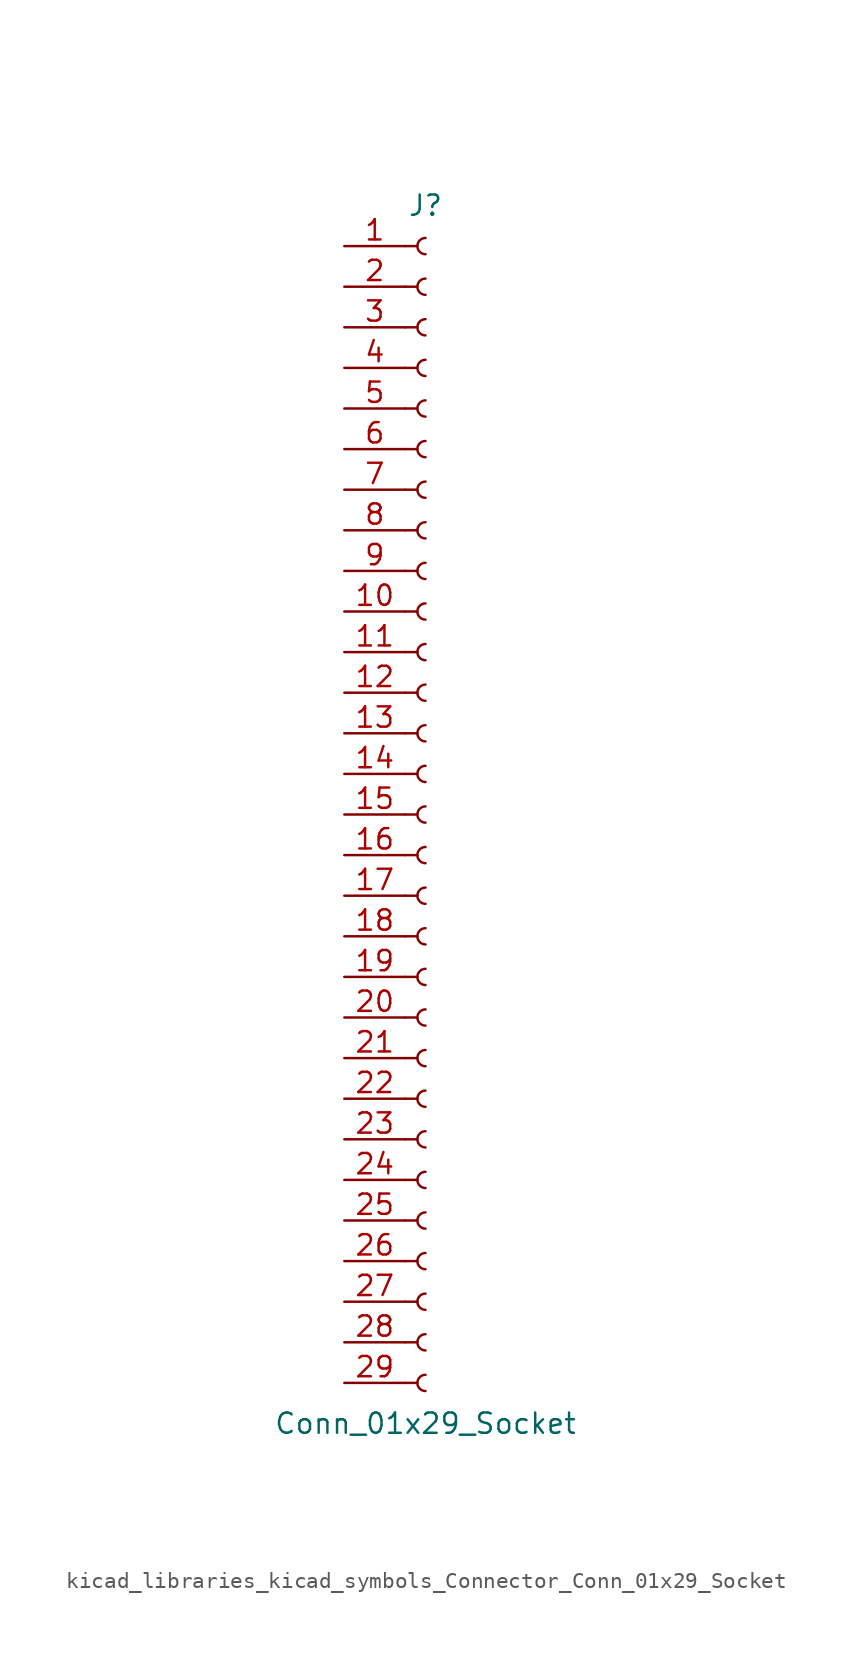
<source format=kicad_sym>
(kicad_symbol_lib
  (version 20220914)
  (generator kicad_symbol_editor)
  (symbol "kicad_libraries_kicad_symbols_Connector_Conn_01x29_Socket"
    (pin_names
      (offset 1.016) hide)
    (property "Reference" "J"
      (at 0 38.1 0)
      (effects (font (size 1.27 1.27))))
    (property "Value" "Conn_01x29_Socket"
      (at 0 -38.1 0)
      (effects (font (size 1.27 1.27))))
    (property "ki_locked" ""
      (at 0 0 0)
      (effects (font (size 1.27 1.27))))
    (symbol "kicad_libraries_kicad_symbols_Connector_Conn_01x29_Socket_1_1"
      (arc (start 0 -35.052) (mid -0.5058 -35.56) (end 0 -36.068) (stroke (width 0.1524) (type default)) (fill (type none)))
      (arc (start 0 -32.512) (mid -0.5058 -33.02) (end 0 -33.528) (stroke (width 0.1524) (type default)) (fill (type none)))
      (arc (start 0 -29.972) (mid -0.5058 -30.48) (end 0 -30.988) (stroke (width 0.1524) (type default)) (fill (type none)))
      (arc (start 0 -27.432) (mid -0.5058 -27.94) (end 0 -28.448) (stroke (width 0.1524) (type default)) (fill (type none)))
      (arc (start 0 -24.892) (mid -0.5058 -25.4) (end 0 -25.908) (stroke (width 0.1524) (type default)) (fill (type none)))
      (arc (start 0 -22.352) (mid -0.5058 -22.86) (end 0 -23.368) (stroke (width 0.1524) (type default)) (fill (type none)))
      (arc (start 0 -19.812) (mid -0.5058 -20.32) (end 0 -20.828) (stroke (width 0.1524) (type default)) (fill (type none)))
      (arc (start 0 -17.272) (mid -0.5058 -17.78) (end 0 -18.288) (stroke (width 0.1524) (type default)) (fill (type none)))
      (arc (start 0 -14.732) (mid -0.5058 -15.24) (end 0 -15.748) (stroke (width 0.1524) (type default)) (fill (type none)))
      (arc (start 0 -12.192) (mid -0.5058 -12.7) (end 0 -13.208) (stroke (width 0.1524) (type default)) (fill (type none)))
      (arc (start 0 -9.652) (mid -0.5058 -10.16) (end 0 -10.668) (stroke (width 0.1524) (type default)) (fill (type none)))
      (arc (start 0 -7.112) (mid -0.5058 -7.62) (end 0 -8.128) (stroke (width 0.1524) (type default)) (fill (type none)))
      (arc (start 0 -4.572) (mid -0.5058 -5.08) (end 0 -5.588) (stroke (width 0.1524) (type default)) (fill (type none)))
      (arc (start 0 -2.032) (mid -0.5058 -2.54) (end 0 -3.048) (stroke (width 0.1524) (type default)) (fill (type none)))
      (polyline (pts (xy -1.27 -35.56) (xy -0.508 -35.56)) (stroke (width 0.152) (type default)) (fill (type none)))
      (polyline (pts (xy -1.27 -33.02) (xy -0.508 -33.02)) (stroke (width 0.152) (type default)) (fill (type none)))
      (polyline (pts (xy -1.27 -30.48) (xy -0.508 -30.48)) (stroke (width 0.152) (type default)) (fill (type none)))
      (polyline (pts (xy -1.27 -27.94) (xy -0.508 -27.94)) (stroke (width 0.152) (type default)) (fill (type none)))
      (polyline (pts (xy -1.27 -25.4) (xy -0.508 -25.4)) (stroke (width 0.152) (type default)) (fill (type none)))
      (polyline (pts (xy -1.27 -22.86) (xy -0.508 -22.86)) (stroke (width 0.152) (type default)) (fill (type none)))
      (polyline (pts (xy -1.27 -20.32) (xy -0.508 -20.32)) (stroke (width 0.152) (type default)) (fill (type none)))
      (polyline (pts (xy -1.27 -17.78) (xy -0.508 -17.78)) (stroke (width 0.152) (type default)) (fill (type none)))
      (polyline (pts (xy -1.27 -15.24) (xy -0.508 -15.24)) (stroke (width 0.152) (type default)) (fill (type none)))
      (polyline (pts (xy -1.27 -12.7) (xy -0.508 -12.7)) (stroke (width 0.152) (type default)) (fill (type none)))
      (polyline (pts (xy -1.27 -10.16) (xy -0.508 -10.16)) (stroke (width 0.152) (type default)) (fill (type none)))
      (polyline (pts (xy -1.27 -7.62) (xy -0.508 -7.62)) (stroke (width 0.152) (type default)) (fill (type none)))
      (polyline (pts (xy -1.27 -5.08) (xy -0.508 -5.08)) (stroke (width 0.152) (type default)) (fill (type none)))
      (polyline (pts (xy -1.27 -2.54) (xy -0.508 -2.54)) (stroke (width 0.152) (type default)) (fill (type none)))
      (polyline (pts (xy -1.27 0) (xy -0.508 0)) (stroke (width 0.152) (type default)) (fill (type none)))
      (polyline (pts (xy -1.27 2.54) (xy -0.508 2.54)) (stroke (width 0.152) (type default)) (fill (type none)))
      (polyline (pts (xy -1.27 5.08) (xy -0.508 5.08)) (stroke (width 0.152) (type default)) (fill (type none)))
      (polyline (pts (xy -1.27 7.62) (xy -0.508 7.62)) (stroke (width 0.152) (type default)) (fill (type none)))
      (polyline (pts (xy -1.27 10.16) (xy -0.508 10.16)) (stroke (width 0.152) (type default)) (fill (type none)))
      (polyline (pts (xy -1.27 12.7) (xy -0.508 12.7)) (stroke (width 0.152) (type default)) (fill (type none)))
      (polyline (pts (xy -1.27 15.24) (xy -0.508 15.24)) (stroke (width 0.152) (type default)) (fill (type none)))
      (polyline (pts (xy -1.27 17.78) (xy -0.508 17.78)) (stroke (width 0.152) (type default)) (fill (type none)))
      (polyline (pts (xy -1.27 20.32) (xy -0.508 20.32)) (stroke (width 0.152) (type default)) (fill (type none)))
      (polyline (pts (xy -1.27 22.86) (xy -0.508 22.86)) (stroke (width 0.152) (type default)) (fill (type none)))
      (polyline (pts (xy -1.27 25.4) (xy -0.508 25.4)) (stroke (width 0.152) (type default)) (fill (type none)))
      (polyline (pts (xy -1.27 27.94) (xy -0.508 27.94)) (stroke (width 0.152) (type default)) (fill (type none)))
      (polyline (pts (xy -1.27 30.48) (xy -0.508 30.48)) (stroke (width 0.152) (type default)) (fill (type none)))
      (polyline (pts (xy -1.27 33.02) (xy -0.508 33.02)) (stroke (width 0.152) (type default)) (fill (type none)))
      (polyline (pts (xy -1.27 35.56) (xy -0.508 35.56)) (stroke (width 0.152) (type default)) (fill (type none)))
      (arc (start 0 0.508) (mid -0.5058 0) (end 0 -0.508) (stroke (width 0.1524) (type default)) (fill (type none)))
      (arc (start 0 3.048) (mid -0.5058 2.54) (end 0 2.032) (stroke (width 0.1524) (type default)) (fill (type none)))
      (arc (start 0 5.588) (mid -0.5058 5.08) (end 0 4.572) (stroke (width 0.1524) (type default)) (fill (type none)))
      (arc (start 0 8.128) (mid -0.5058 7.62) (end 0 7.112) (stroke (width 0.1524) (type default)) (fill (type none)))
      (arc (start 0 10.668) (mid -0.5058 10.16) (end 0 9.652) (stroke (width 0.1524) (type default)) (fill (type none)))
      (arc (start 0 13.208) (mid -0.5058 12.7) (end 0 12.192) (stroke (width 0.1524) (type default)) (fill (type none)))
      (arc (start 0 15.748) (mid -0.5058 15.24) (end 0 14.732) (stroke (width 0.1524) (type default)) (fill (type none)))
      (arc (start 0 18.288) (mid -0.5058 17.78) (end 0 17.272) (stroke (width 0.1524) (type default)) (fill (type none)))
      (arc (start 0 20.828) (mid -0.5058 20.32) (end 0 19.812) (stroke (width 0.1524) (type default)) (fill (type none)))
      (arc (start 0 23.368) (mid -0.5058 22.86) (end 0 22.352) (stroke (width 0.1524) (type default)) (fill (type none)))
      (arc (start 0 25.908) (mid -0.5058 25.4) (end 0 24.892) (stroke (width 0.1524) (type default)) (fill (type none)))
      (arc (start 0 28.448) (mid -0.5058 27.94) (end 0 27.432) (stroke (width 0.1524) (type default)) (fill (type none)))
      (arc (start 0 30.988) (mid -0.5058 30.48) (end 0 29.972) (stroke (width 0.1524) (type default)) (fill (type none)))
      (arc (start 0 33.528) (mid -0.5058 33.02) (end 0 32.512) (stroke (width 0.1524) (type default)) (fill (type none)))
      (arc (start 0 36.068) (mid -0.5058 35.56) (end 0 35.052) (stroke (width 0.1524) (type default)) (fill (type none)))
      (pin passive line (at -5.08 35.56 0) (length 3.81) (name "Pin_1" (effects (font (size 1.27 1.27)))) (number "1" (effects (font (size 1.27 1.27)))))
      (pin passive line (at -5.08 12.7 0) (length 3.81) (name "Pin_10" (effects (font (size 1.27 1.27)))) (number "10" (effects (font (size 1.27 1.27)))))
      (pin passive line (at -5.08 10.16 0) (length 3.81) (name "Pin_11" (effects (font (size 1.27 1.27)))) (number "11" (effects (font (size 1.27 1.27)))))
      (pin passive line (at -5.08 7.62 0) (length 3.81) (name "Pin_12" (effects (font (size 1.27 1.27)))) (number "12" (effects (font (size 1.27 1.27)))))
      (pin passive line (at -5.08 5.08 0) (length 3.81) (name "Pin_13" (effects (font (size 1.27 1.27)))) (number "13" (effects (font (size 1.27 1.27)))))
      (pin passive line (at -5.08 2.54 0) (length 3.81) (name "Pin_14" (effects (font (size 1.27 1.27)))) (number "14" (effects (font (size 1.27 1.27)))))
      (pin passive line (at -5.08 0 0) (length 3.81) (name "Pin_15" (effects (font (size 1.27 1.27)))) (number "15" (effects (font (size 1.27 1.27)))))
      (pin passive line (at -5.08 -2.54 0) (length 3.81) (name "Pin_16" (effects (font (size 1.27 1.27)))) (number "16" (effects (font (size 1.27 1.27)))))
      (pin passive line (at -5.08 -5.08 0) (length 3.81) (name "Pin_17" (effects (font (size 1.27 1.27)))) (number "17" (effects (font (size 1.27 1.27)))))
      (pin passive line (at -5.08 -7.62 0) (length 3.81) (name "Pin_18" (effects (font (size 1.27 1.27)))) (number "18" (effects (font (size 1.27 1.27)))))
      (pin passive line (at -5.08 -10.16 0) (length 3.81) (name "Pin_19" (effects (font (size 1.27 1.27)))) (number "19" (effects (font (size 1.27 1.27)))))
      (pin passive line (at -5.08 33.02 0) (length 3.81) (name "Pin_2" (effects (font (size 1.27 1.27)))) (number "2" (effects (font (size 1.27 1.27)))))
      (pin passive line (at -5.08 -12.7 0) (length 3.81) (name "Pin_20" (effects (font (size 1.27 1.27)))) (number "20" (effects (font (size 1.27 1.27)))))
      (pin passive line (at -5.08 -15.24 0) (length 3.81) (name "Pin_21" (effects (font (size 1.27 1.27)))) (number "21" (effects (font (size 1.27 1.27)))))
      (pin passive line (at -5.08 -17.78 0) (length 3.81) (name "Pin_22" (effects (font (size 1.27 1.27)))) (number "22" (effects (font (size 1.27 1.27)))))
      (pin passive line (at -5.08 -20.32 0) (length 3.81) (name "Pin_23" (effects (font (size 1.27 1.27)))) (number "23" (effects (font (size 1.27 1.27)))))
      (pin passive line (at -5.08 -22.86 0) (length 3.81) (name "Pin_24" (effects (font (size 1.27 1.27)))) (number "24" (effects (font (size 1.27 1.27)))))
      (pin passive line (at -5.08 -25.4 0) (length 3.81) (name "Pin_25" (effects (font (size 1.27 1.27)))) (number "25" (effects (font (size 1.27 1.27)))))
      (pin passive line (at -5.08 -27.94 0) (length 3.81) (name "Pin_26" (effects (font (size 1.27 1.27)))) (number "26" (effects (font (size 1.27 1.27)))))
      (pin passive line (at -5.08 -30.48 0) (length 3.81) (name "Pin_27" (effects (font (size 1.27 1.27)))) (number "27" (effects (font (size 1.27 1.27)))))
      (pin passive line (at -5.08 -33.02 0) (length 3.81) (name "Pin_28" (effects (font (size 1.27 1.27)))) (number "28" (effects (font (size 1.27 1.27)))))
      (pin passive line (at -5.08 -35.56 0) (length 3.81) (name "Pin_29" (effects (font (size 1.27 1.27)))) (number "29" (effects (font (size 1.27 1.27)))))
      (pin passive line (at -5.08 30.48 0) (length 3.81) (name "Pin_3" (effects (font (size 1.27 1.27)))) (number "3" (effects (font (size 1.27 1.27)))))
      (pin passive line (at -5.08 27.94 0) (length 3.81) (name "Pin_4" (effects (font (size 1.27 1.27)))) (number "4" (effects (font (size 1.27 1.27)))))
      (pin passive line (at -5.08 25.4 0) (length 3.81) (name "Pin_5" (effects (font (size 1.27 1.27)))) (number "5" (effects (font (size 1.27 1.27)))))
      (pin passive line (at -5.08 22.86 0) (length 3.81) (name "Pin_6" (effects (font (size 1.27 1.27)))) (number "6" (effects (font (size 1.27 1.27)))))
      (pin passive line (at -5.08 20.32 0) (length 3.81) (name "Pin_7" (effects (font (size 1.27 1.27)))) (number "7" (effects (font (size 1.27 1.27)))))
      (pin passive line (at -5.08 17.78 0) (length 3.81) (name "Pin_8" (effects (font (size 1.27 1.27)))) (number "8" (effects (font (size 1.27 1.27)))))
      (pin passive line (at -5.08 15.24 0) (length 3.81) (name "Pin_9" (effects (font (size 1.27 1.27)))) (number "9" (effects (font (size 1.27 1.27))))))))
</source>
